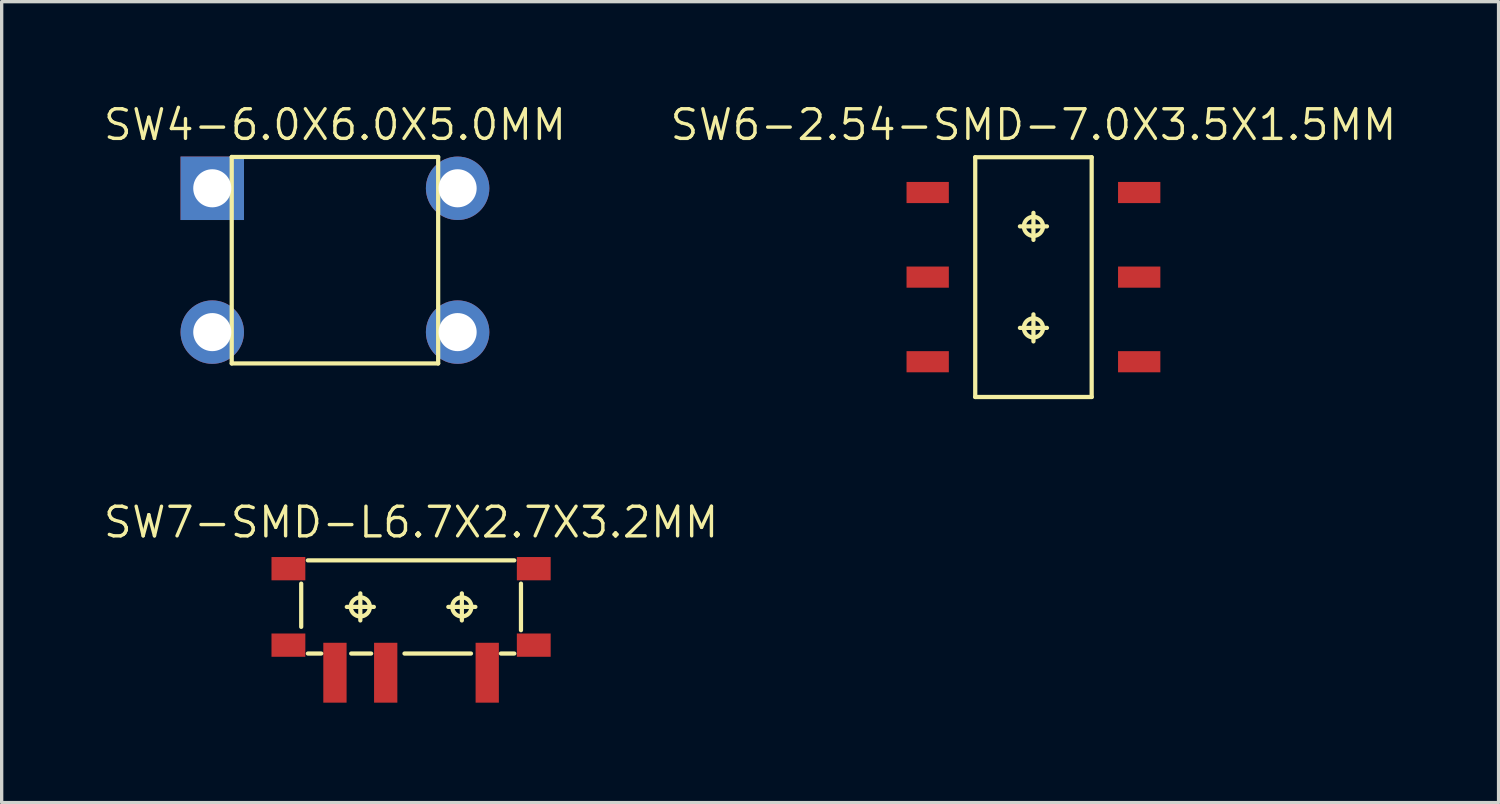
<source format=kicad_pcb>
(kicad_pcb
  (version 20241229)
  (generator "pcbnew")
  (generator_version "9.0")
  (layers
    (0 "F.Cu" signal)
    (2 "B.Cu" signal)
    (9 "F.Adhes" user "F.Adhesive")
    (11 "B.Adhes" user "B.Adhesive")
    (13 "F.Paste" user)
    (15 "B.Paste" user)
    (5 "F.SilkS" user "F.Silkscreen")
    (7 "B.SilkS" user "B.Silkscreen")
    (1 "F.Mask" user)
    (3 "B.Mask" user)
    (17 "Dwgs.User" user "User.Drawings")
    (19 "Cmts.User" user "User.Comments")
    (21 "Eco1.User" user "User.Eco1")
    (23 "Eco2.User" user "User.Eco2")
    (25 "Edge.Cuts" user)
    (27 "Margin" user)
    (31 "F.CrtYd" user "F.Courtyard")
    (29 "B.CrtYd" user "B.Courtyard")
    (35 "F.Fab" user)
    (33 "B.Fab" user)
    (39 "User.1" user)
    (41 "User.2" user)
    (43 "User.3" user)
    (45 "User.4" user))
  (footprint "SW7-SMD-L6.7X2.7X3.2MM"
    (layer "F.Cu")
    (at 9.292 15.171)
    (property "Reference" "SW7-SMD-L6.7X2.7X3.2MM" (at 0 -2.54 0) (layer "F.SilkS") (effects (font (size 0.889 0.889) (thickness 0.102))))
    (attr smd)
    (fp_line (start -3.299 -0.699) (end -3.299 0.599) (stroke (width 0.127) (type solid)) (layer "F.SilkS"))
    (fp_line (start -3.099 -1.397) (end 3.099 -1.397) (stroke (width 0.127) (type solid)) (layer "F.SilkS"))
    (fp_line (start -2.697 1.4) (end -3.099 1.4) (stroke (width 0.127) (type solid)) (layer "F.SilkS"))
    (fp_line (start -1.93 0) (end -1.118 0) (stroke (width 0.127) (type solid)) (layer "F.SilkS"))
    (fp_line (start -1.524 -0.406) (end -1.524 0.406) (stroke (width 0.127) (type solid)) (layer "F.SilkS"))
    (fp_line (start -1.199 1.4) (end -1.798 1.4) (stroke (width 0.127) (type solid)) (layer "F.SilkS"))
    (fp_line (start 1.118 0) (end 1.93 0) (stroke (width 0.127) (type solid)) (layer "F.SilkS"))
    (fp_line (start 1.524 -0.406) (end 1.524 0.406) (stroke (width 0.127) (type solid)) (layer "F.SilkS"))
    (fp_line (start 1.798 1.4) (end -0.198 1.4) (stroke (width 0.127) (type solid)) (layer "F.SilkS"))
    (fp_line (start 3.099 1.4) (end 2.697 1.4) (stroke (width 0.127) (type solid)) (layer "F.SilkS"))
    (fp_line (start 3.299 -0.699) (end 3.299 0.699) (stroke (width 0.127) (type solid)) (layer "F.SilkS"))
    (fp_circle (center -1.524 0) (end -1.727 -0.203) (stroke (width 0.127) (type solid)) (fill no) (layer "F.SilkS"))
    (fp_circle (center 1.524 0) (end 1.727 -0.203) (stroke (width 0.127) (type solid)) (fill no) (layer "F.SilkS"))
    (pad "A" smd rect (at 2.286 1.976 270) (size 1.798 0.699) (layers "F.Cu" "F.Mask" "F.Paste"))
    (pad "B" smd rect (at -2.286 1.976 270) (size 1.798 0.699) (layers "F.Cu" "F.Mask" "F.Paste"))
    (pad "COM" smd rect (at -0.762 1.976 270) (size 1.798 0.699) (layers "F.Cu" "F.Mask" "F.Paste"))
    (pad "SS1" smd rect (at -3.683 -1.148) (size 1.016 0.699) (layers "F.Cu" "F.Mask" "F.Paste"))
    (pad "SS2" smd rect (at -3.683 1.148) (size 1.016 0.699) (layers "F.Cu" "F.Mask" "F.Paste"))
    (pad "SS3" smd rect (at 3.683 1.148) (size 1.016 0.699) (layers "F.Cu" "F.Mask" "F.Paste"))
    (pad "SS4" smd rect (at 3.683 -1.148) (size 1.016 0.699) (layers "F.Cu" "F.Mask" "F.Paste")))
  (footprint "SW6-2.54-SMD-7.0X3.5X1.5MM"
    (layer "F.Cu")
    (at 27.977 5.27)
    (property "Reference" "SW6-2.54-SMD-7.0X3.5X1.5MM" (at 0 -4.572 0) (layer "F.SilkS") (effects (font (size 0.889 0.889) (thickness 0.102))))
    (attr smd)
    (fp_line (start -1.748 -3.599) (end 1.748 -3.599) (stroke (width 0.066) (type solid)) (layer "F.SilkS"))
    (fp_line (start -1.748 -3.599) (end 1.748 -3.599) (stroke (width 0.127) (type solid)) (layer "F.SilkS"))
    (fp_line (start -1.748 3.599) (end -1.748 -3.599) (stroke (width 0.066) (type solid)) (layer "F.SilkS"))
    (fp_line (start -1.748 3.599) (end -1.748 -3.599) (stroke (width 0.127) (type solid)) (layer "F.SilkS"))
    (fp_line (start -1.748 3.599) (end 1.748 3.599) (stroke (width 0.066) (type solid)) (layer "F.SilkS"))
    (fp_line (start -0.406 -1.524) (end 0.406 -1.524) (stroke (width 0.127) (type solid)) (layer "F.SilkS"))
    (fp_line (start -0.406 1.524) (end 0.406 1.524) (stroke (width 0.127) (type solid)) (layer "F.SilkS"))
    (fp_line (start 0 -1.118) (end 0 -1.93) (stroke (width 0.127) (type solid)) (layer "F.SilkS"))
    (fp_line (start 0 1.93) (end 0 1.118) (stroke (width 0.127) (type solid)) (layer "F.SilkS"))
    (fp_line (start 1.748 -3.599) (end 1.748 3.599) (stroke (width 0.127) (type solid)) (layer "F.SilkS"))
    (fp_line (start 1.748 3.599) (end -1.748 3.599) (stroke (width 0.127) (type solid)) (layer "F.SilkS"))
    (fp_line (start 1.748 3.599) (end 1.748 -3.599) (stroke (width 0.066) (type solid)) (layer "F.SilkS"))
    (fp_circle (center 0 -1.524) (end -0.203 -1.727) (stroke (width 0.127) (type solid)) (fill no) (layer "F.SilkS"))
    (fp_circle (center 0 1.524) (end -0.203 1.727) (stroke (width 0.127) (type solid)) (fill no) (layer "F.SilkS"))
    (pad "CH1A" smd rect (at -3.175 -2.54) (size 1.27 0.635) (layers "F.Cu" "F.Mask" "F.Paste"))
    (pad "CH1B" smd rect (at -3.175 2.54) (size 1.27 0.635) (layers "F.Cu" "F.Mask" "F.Paste"))
    (pad "CH2A" smd rect (at 3.175 -2.54) (size 1.27 0.635) (layers "F.Cu" "F.Mask" "F.Paste"))
    (pad "CH2B" smd rect (at 3.175 2.54) (size 1.27 0.635) (layers "F.Cu" "F.Mask" "F.Paste"))
    (pad "COM1" smd rect (at -3.175 0) (size 1.27 0.635) (layers "F.Cu" "F.Mask" "F.Paste"))
    (pad "COM2" smd rect (at 3.175 0) (size 1.27 0.635) (layers "F.Cu" "F.Mask" "F.Paste")))
  (footprint "SW4-6.0X6.0X5.0MM"
    (layer "F.Cu")
    (at 7.006 4.762)
    (property "Reference" "SW4-6.0X6.0X5.0MM" (at 0 -4.064 0) (layer "F.SilkS") (effects (font (size 0.889 0.889) (thickness 0.102))))
    (attr exclude_from_pos_files exclude_from_bom)
    (fp_line (start -3.099 -3.099) (end 3.099 -3.099) (stroke (width 0.066) (type solid)) (layer "F.SilkS"))
    (fp_line (start -3.099 -3.099) (end 3.099 -3.099) (stroke (width 0.127) (type solid)) (layer "F.SilkS"))
    (fp_line (start -3.099 3.099) (end -3.099 -3.099) (stroke (width 0.066) (type solid)) (layer "F.SilkS"))
    (fp_line (start -3.099 3.099) (end -3.099 -3.099) (stroke (width 0.127) (type solid)) (layer "F.SilkS"))
    (fp_line (start -3.099 3.099) (end 3.099 3.099) (stroke (width 0.066) (type solid)) (layer "F.SilkS"))
    (fp_line (start 3.099 -3.099) (end 3.099 3.099) (stroke (width 0.127) (type solid)) (layer "F.SilkS"))
    (fp_line (start 3.099 3.099) (end -3.099 3.099) (stroke (width 0.127) (type solid)) (layer "F.SilkS"))
    (fp_line (start 3.099 3.099) (end 3.099 -3.099) (stroke (width 0.066) (type solid)) (layer "F.SilkS"))
    (pad "1" thru_hole rect (at -3.683 -2.159) (size 1.905 1.905) (drill 1.143) (layers "*.Cu" "*.Mask"))
    (pad "2" thru_hole circle (at -3.683 2.159) (size 1.905 1.905) (drill 1.143) (layers "*.Cu" "*.Mask"))
    (pad "3" thru_hole circle (at 3.683 2.159) (size 1.905 1.905) (drill 1.143) (layers "*.Cu" "*.Mask"))
    (pad "4" thru_hole circle (at 3.683 -2.159) (size 1.905 1.905) (drill 1.143) (layers "*.Cu" "*.Mask")))
  (gr_rect
    (start -3 -3)
    (end 41.941 21.047)
    (stroke (width 0.1) (type default))
    (fill no)
    (layer "Edge.Cuts")))
</source>
